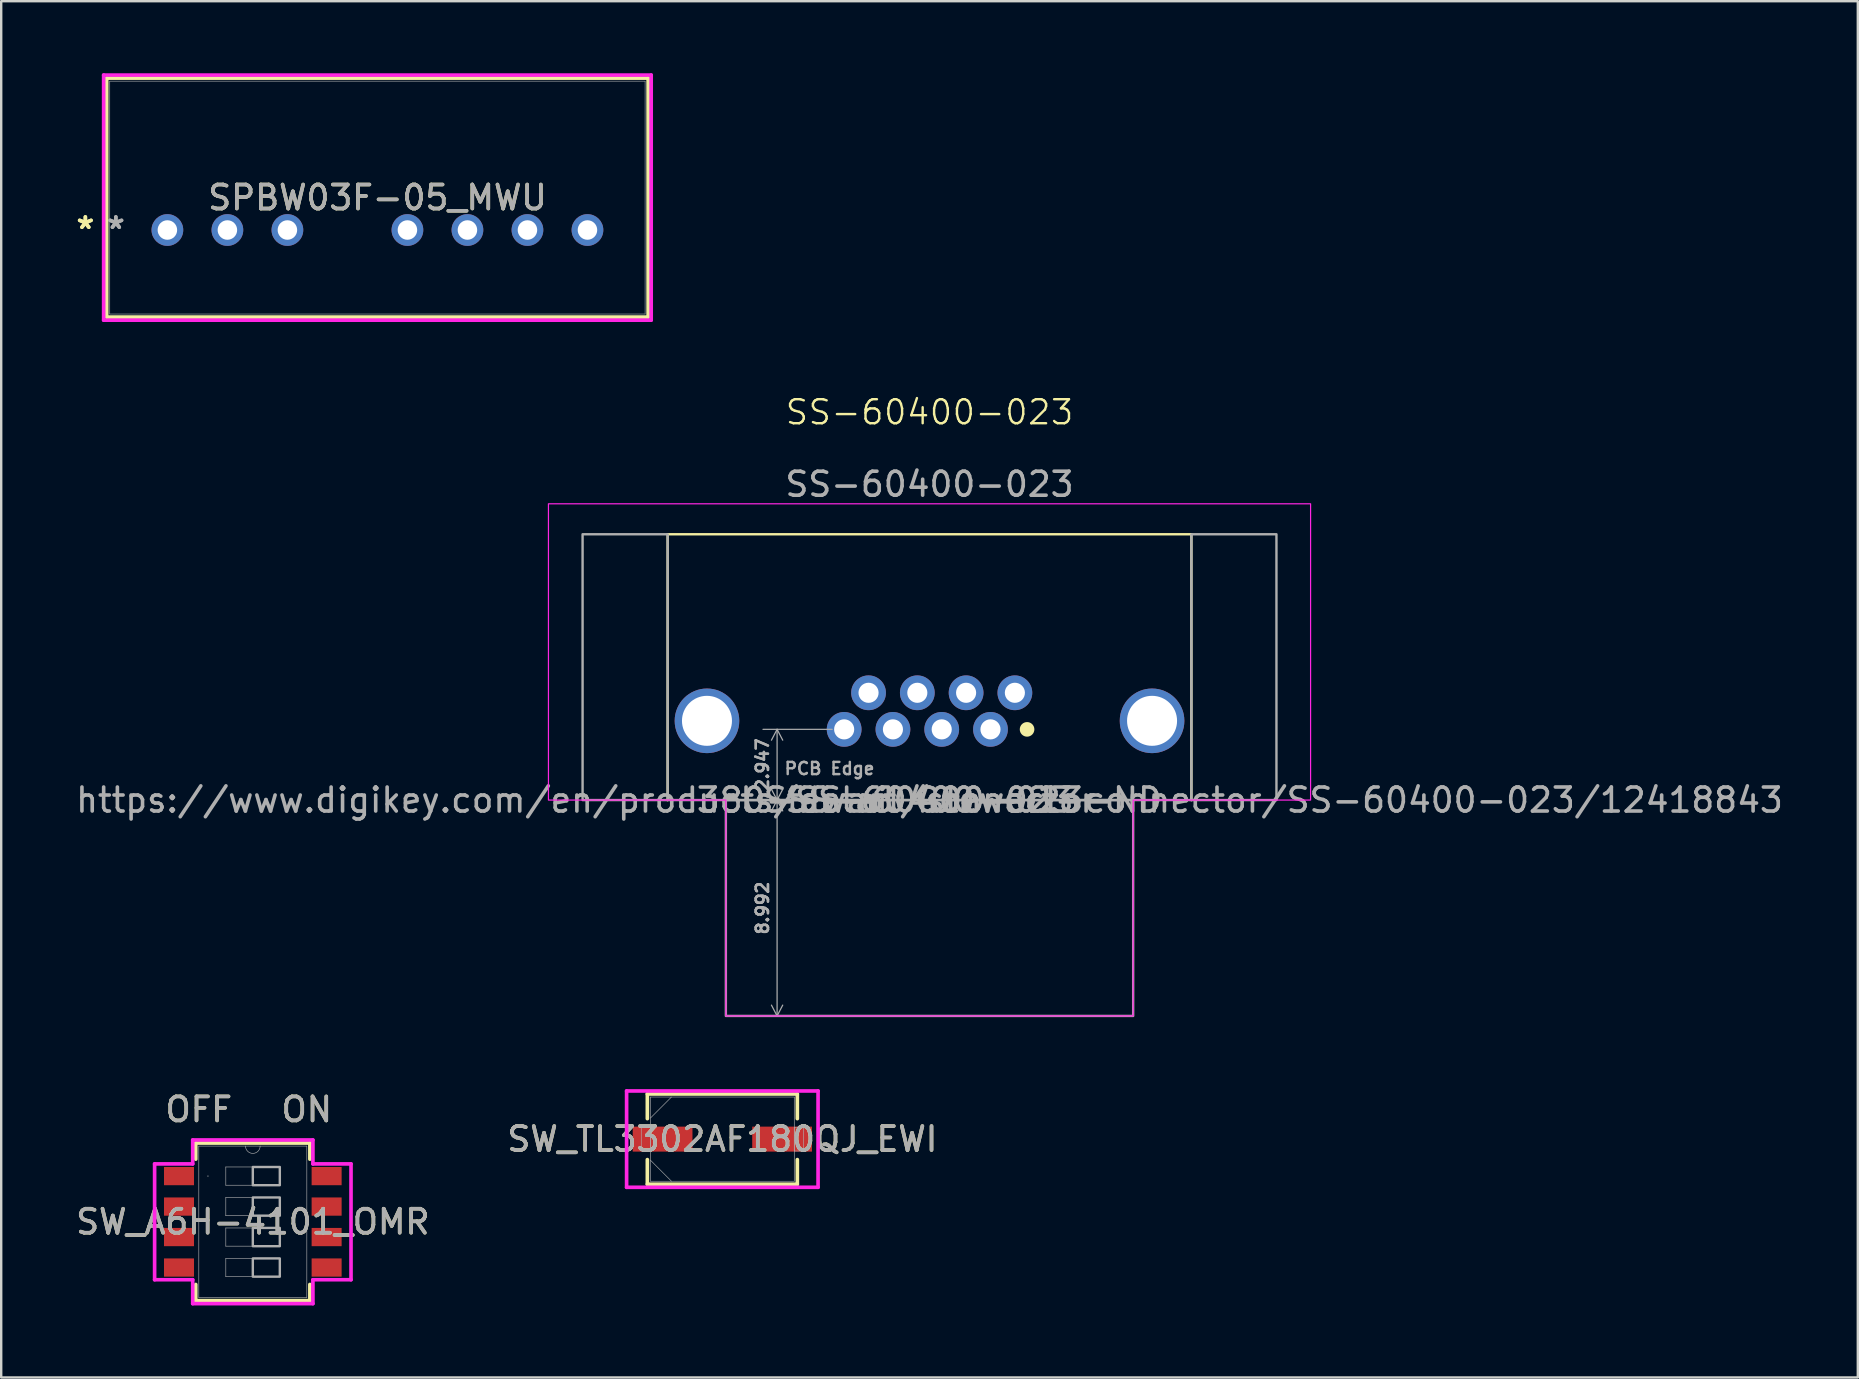
<source format=kicad_pcb>
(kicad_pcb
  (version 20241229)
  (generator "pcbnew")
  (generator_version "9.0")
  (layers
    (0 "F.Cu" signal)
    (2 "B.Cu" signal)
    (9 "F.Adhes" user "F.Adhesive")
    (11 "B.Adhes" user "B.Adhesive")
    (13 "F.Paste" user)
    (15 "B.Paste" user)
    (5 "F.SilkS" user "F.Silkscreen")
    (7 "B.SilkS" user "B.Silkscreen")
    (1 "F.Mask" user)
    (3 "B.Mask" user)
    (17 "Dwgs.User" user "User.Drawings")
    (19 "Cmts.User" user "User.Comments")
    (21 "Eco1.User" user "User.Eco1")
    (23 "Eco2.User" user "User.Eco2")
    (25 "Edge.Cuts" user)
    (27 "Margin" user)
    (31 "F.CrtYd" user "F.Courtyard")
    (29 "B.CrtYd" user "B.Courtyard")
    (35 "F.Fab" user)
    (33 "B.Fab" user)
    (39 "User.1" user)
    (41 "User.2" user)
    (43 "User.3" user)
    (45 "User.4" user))
  (footprint "SS-60400-023"
    (layer "F.Cu")
    (at 35.673 30.281)
    (property "Reference" "SS-60400-023" (at 0 -16.157 0) (unlocked yes) (layer "F.SilkS") (effects (font (size 1 1) (thickness 0.1))))
    (property "MFG" "Stewart Connector" (at 0 0 0) (layer "F.Fab") (effects (font (size 1 1) (thickness 0.15))))
    (property "MFG PN" "SS-60400-023" (at 0 0 0) (layer "F.Fab") (effects (font (size 1 1) (thickness 0.15))))
    (property "Digi PN" "380-SS-60400-023-ND" (at 0 0 0) (layer "F.Fab") (effects (font (size 1 1) (thickness 0.15))))
    (property "Digi URL" "https://www.digikey.com/en/products/detail/stewart-connector/SS-60400-023/12418843" (at 0 0 0) (layer "F.Fab") (effects (font (size 1 1) (thickness 0.15))))
    (attr through_hole)
    (fp_line (start -10.909 -11.074) (end -10.909 0) (stroke (width 0.1) (type default)) (layer "F.SilkS"))
    (fp_line (start -10.909 -11.074) (end 10.909 -11.074) (stroke (width 0.1) (type default)) (layer "F.SilkS"))
    (fp_line (start 10.909 -11.074) (end 10.909 0) (stroke (width 0.1) (type default)) (layer "F.SilkS"))
    (fp_circle (center 4.064 -2.946) (end 3.81 -2.946) (stroke (width 0.1) (type solid)) (fill yes) (layer "F.SilkS"))
    (fp_poly (pts (xy 15.875 -12.344) (xy 15.875 0) (xy 8.484 0) (xy 8.484 8.992) (xy -8.484 8.992) (xy -8.484 0) (xy -15.875 0) (xy -15.875 -12.344)) (stroke (width 0.05) (type solid)) (fill no) (layer "F.CrtYd"))
    (fp_line (start -10.922 0) (end 10.922 0) (stroke (width 0.1) (type default)) (layer "F.Fab"))
    (fp_rect (start -14.453 -11.074) (end -10.909 0) (stroke (width 0.1) (type default)) (fill no) (layer "F.Fab"))
    (fp_rect (start -8.484 0) (end 8.484 8.992) (stroke (width 0.1) (type solid)) (fill no) (layer "F.Fab"))
    (fp_rect (start 10.909 -11.074) (end 14.453 0) (stroke (width 0.1) (type default)) (fill no) (layer "F.Fab"))
    (fp_text user "${REFERENCE}" (at 0 -13.157 0) (unlocked yes) (layer "F.Fab") (effects (font (size 1 1) (thickness 0.15))))
    (fp_text user "PCB Edge" (at -6.096 -1.016 0) (unlocked yes) (layer "F.Fab") (effects (font (size 0.508 0.508) (thickness 0.102) (bold yes)) (justify left bottom)))
    (dimension (type orthogonal) (layer "F.Fab") (pts (xy 32.117 27.334) (xy 32.117 30.281)) (height -2.794) (orientation 1) (format (prefix "") (suffix "") (units 3) (units_format 0) (precision 4) (suppress_zeroes yes)) (style (thickness 0.051) (arrow_length 0.508) (text_position_mode 0) (arrow_direction outward) (extension_height 0.586) (extension_offset 0.5) (keep_text_aligned yes)) (gr_text "2.9464" (at 28.713 28.808 90) (layer "F.Fab") (effects (font (size 0.508 0.508) (thickness 0.102) (bold yes)))))
    (dimension (type orthogonal) (layer "F.Fab") (pts (xy 29.323 30.281) (xy 29.323 39.273)) (height 0) (orientation 1) (format (prefix "") (suffix "") (units 3) (units_format 0) (precision 4) (suppress_zeroes yes)) (style (thickness 0.051) (arrow_length 0.508) (text_position_mode 0) (arrow_direction outward) (extension_height 0.586) (extension_offset 0.5) (keep_text_aligned yes)) (gr_text "8.9916" (at 28.713 34.777 90) (layer "F.Fab") (effects (font (size 0.508 0.508) (thickness 0.102)))))
    (pad "1" thru_hole circle (at 2.54 -2.946) (size 1.448 1.448) (drill 0.838) (layers "*.Cu" "*.Mask"))
    (pad "2" thru_hole circle (at 3.556 -4.47) (size 1.448 1.448) (drill 0.838) (layers "*.Cu" "*.Mask"))
    (pad "3" thru_hole circle (at 1.524 -4.47) (size 1.448 1.448) (drill 0.838) (layers "*.Cu" "*.Mask"))
    (pad "4" thru_hole circle (at -0.508 -4.47) (size 1.448 1.448) (drill 0.838) (layers "*.Cu" "*.Mask"))
    (pad "5" thru_hole circle (at 0.508 -2.946) (size 1.448 1.448) (drill 0.838) (layers "*.Cu" "*.Mask"))
    (pad "6" thru_hole circle (at -1.524 -2.946) (size 1.448 1.448) (drill 0.838) (layers "*.Cu" "*.Mask"))
    (pad "7" thru_hole circle (at -3.556 -2.946) (size 1.448 1.448) (drill 0.838) (layers "*.Cu" "*.Mask"))
    (pad "8" thru_hole circle (at -2.54 -4.47) (size 1.448 1.448) (drill 0.838) (layers "*.Cu" "*.Mask"))
    (pad "MP0" thru_hole circle (at -9.271 -3.302) (size 2.692 2.692) (drill 2.083) (layers "*.Cu" "*.Mask"))
    (pad "MP1" thru_hole circle (at 9.271 -3.302) (size 2.692 2.692) (drill 2.083) (layers "*.Cu" "*.Mask")))
  (footprint "SPBW03F-05_MWU"
    (layer "F.Cu")
    (at 3.923 6.532)
    (property "Reference" "SPBW03F-05_MWU" (at 8.75 -1.35 0) (unlocked yes) (layer "F.SilkS") (effects (font (size 1 1) (thickness 0.15))))
    (attr through_hole)
    (fp_line (start -2.528 -6.328) (end -2.528 3.628) (stroke (width 0.152) (type solid)) (layer "F.SilkS"))
    (fp_line (start -2.528 3.628) (end 20.028 3.628) (stroke (width 0.152) (type solid)) (layer "F.SilkS"))
    (fp_line (start 20.028 -6.328) (end -2.528 -6.328) (stroke (width 0.152) (type solid)) (layer "F.SilkS"))
    (fp_line (start 20.028 3.628) (end 20.028 -6.328) (stroke (width 0.152) (type solid)) (layer "F.SilkS"))
    (fp_line (start -2.655 -6.455) (end 20.155 -6.455) (stroke (width 0.152) (type solid)) (layer "F.CrtYd"))
    (fp_line (start -2.655 3.755) (end -2.655 -6.455) (stroke (width 0.152) (type solid)) (layer "F.CrtYd"))
    (fp_line (start 20.155 -6.455) (end 20.155 3.755) (stroke (width 0.152) (type solid)) (layer "F.CrtYd"))
    (fp_line (start 20.155 3.755) (end -2.655 3.755) (stroke (width 0.152) (type solid)) (layer "F.CrtYd"))
    (fp_line (start -2.401 -6.201) (end -2.401 3.501) (stroke (width 0.025) (type solid)) (layer "F.Fab"))
    (fp_line (start -2.401 3.501) (end 19.901 3.501) (stroke (width 0.025) (type solid)) (layer "F.Fab"))
    (fp_line (start 19.901 -6.201) (end -2.401 -6.201) (stroke (width 0.025) (type solid)) (layer "F.Fab"))
    (fp_line (start 19.901 3.501) (end 19.901 -6.201) (stroke (width 0.025) (type solid)) (layer "F.Fab"))
    (fp_text user "*" (at -3.417 0 0) (unlocked yes) (layer "F.SilkS") (effects (font (size 1 1) (thickness 0.15))))
    (fp_text user "*" (at -3.417 0 0) (layer "F.SilkS") (effects (font (size 1 1) (thickness 0.15))))
    (fp_text user "${REFERENCE}" (at 8.75 -1.35 0) (unlocked yes) (layer "F.Fab") (effects (font (size 1 1) (thickness 0.15))))
    (fp_text user "*" (at -2.147 0 0) (unlocked yes) (layer "F.Fab") (effects (font (size 1 1) (thickness 0.15))))
    (fp_text user "*" (at -2.147 0 0) (layer "F.Fab") (effects (font (size 1 1) (thickness 0.15))))
    (pad "1" thru_hole circle (at 0 0) (size 1.321 1.321) (drill 0.813) (layers "*.Cu" "*.Mask"))
    (pad "2" thru_hole circle (at 2.5 0) (size 1.321 1.321) (drill 0.813) (layers "*.Cu" "*.Mask"))
    (pad "3" thru_hole circle (at 5 0) (size 1.321 1.321) (drill 0.813) (layers "*.Cu" "*.Mask"))
    (pad "5" thru_hole circle (at 10 0) (size 1.321 1.321) (drill 0.813) (layers "*.Cu" "*.Mask"))
    (pad "6" thru_hole circle (at 12.5 0) (size 1.321 1.321) (drill 0.813) (layers "*.Cu" "*.Mask"))
    (pad "7" thru_hole circle (at 15 0) (size 1.321 1.321) (drill 0.813) (layers "*.Cu" "*.Mask"))
    (pad "8" thru_hole circle (at 17.5 0) (size 1.321 1.321) (drill 0.813) (layers "*.Cu" "*.Mask")))
  (footprint "SW_A6H-4101_OMR"
    (layer "F.Cu")
    (at 7.482 47.85)
    (property "Reference" "SW_A6H-4101_OMR" (at 0 0 0) (unlocked yes) (layer "F.SilkS") (effects (font (size 1 1) (thickness 0.15))))
    (attr smd)
    (fp_line (start -2.377 -3.282) (end -2.377 -2.61) (stroke (width 0.152) (type solid)) (layer "F.SilkS"))
    (fp_line (start -2.377 2.61) (end -2.377 3.282) (stroke (width 0.152) (type solid)) (layer "F.SilkS"))
    (fp_line (start -2.377 3.282) (end 2.377 3.282) (stroke (width 0.152) (type solid)) (layer "F.SilkS"))
    (fp_line (start 2.377 -3.282) (end -2.377 -3.282) (stroke (width 0.152) (type solid)) (layer "F.SilkS"))
    (fp_line (start 2.377 -2.61) (end 2.377 -3.282) (stroke (width 0.152) (type solid)) (layer "F.SilkS"))
    (fp_line (start 2.377 3.282) (end 2.377 2.61) (stroke (width 0.152) (type solid)) (layer "F.SilkS"))
    (fp_line (start -4.091 -2.413) (end -2.504 -2.413) (stroke (width 0.152) (type solid)) (layer "F.CrtYd"))
    (fp_line (start -4.091 2.413) (end -4.091 -2.413) (stroke (width 0.152) (type solid)) (layer "F.CrtYd"))
    (fp_line (start -2.504 -3.409) (end 2.504 -3.409) (stroke (width 0.152) (type solid)) (layer "F.CrtYd"))
    (fp_line (start -2.504 -2.413) (end -2.504 -3.409) (stroke (width 0.152) (type solid)) (layer "F.CrtYd"))
    (fp_line (start -2.504 2.413) (end -4.091 2.413) (stroke (width 0.152) (type solid)) (layer "F.CrtYd"))
    (fp_line (start -2.504 3.409) (end -2.504 2.413) (stroke (width 0.152) (type solid)) (layer "F.CrtYd"))
    (fp_line (start 2.504 -3.409) (end 2.504 -2.413) (stroke (width 0.152) (type solid)) (layer "F.CrtYd"))
    (fp_line (start 2.504 -2.413) (end 4.091 -2.413) (stroke (width 0.152) (type solid)) (layer "F.CrtYd"))
    (fp_line (start 2.504 2.413) (end 2.504 3.409) (stroke (width 0.152) (type solid)) (layer "F.CrtYd"))
    (fp_line (start 2.504 3.409) (end -2.504 3.409) (stroke (width 0.152) (type solid)) (layer "F.CrtYd"))
    (fp_line (start 4.091 -2.413) (end 4.091 2.413) (stroke (width 0.152) (type solid)) (layer "F.CrtYd"))
    (fp_line (start 4.091 2.413) (end 2.504 2.413) (stroke (width 0.152) (type solid)) (layer "F.CrtYd"))
    (fp_line (start -2.25 -3.155) (end -2.25 3.155) (stroke (width 0.025) (type solid)) (layer "F.Fab"))
    (fp_line (start -2.25 3.155) (end 2.25 3.155) (stroke (width 0.025) (type solid)) (layer "F.Fab"))
    (fp_line (start -1.125 -2.285) (end 1.125 -2.285) (stroke (width 0.025) (type solid)) (layer "F.Fab"))
    (fp_line (start -1.125 -1.525) (end -1.125 -2.285) (stroke (width 0.025) (type solid)) (layer "F.Fab"))
    (fp_line (start -1.125 -1.015) (end 1.125 -1.015) (stroke (width 0.025) (type solid)) (layer "F.Fab"))
    (fp_line (start -1.125 -0.255) (end -1.125 -1.015) (stroke (width 0.025) (type solid)) (layer "F.Fab"))
    (fp_line (start -1.125 0.255) (end 1.125 0.255) (stroke (width 0.025) (type solid)) (layer "F.Fab"))
    (fp_line (start -1.125 1.015) (end -1.125 0.255) (stroke (width 0.025) (type solid)) (layer "F.Fab"))
    (fp_line (start -1.125 1.525) (end 1.125 1.525) (stroke (width 0.025) (type solid)) (layer "F.Fab"))
    (fp_line (start -1.125 2.285) (end -1.125 1.525) (stroke (width 0.025) (type solid)) (layer "F.Fab"))
    (fp_line (start 1.125 -2.285) (end 1.125 -1.525) (stroke (width 0.025) (type solid)) (layer "F.Fab"))
    (fp_line (start 1.125 -1.525) (end -1.125 -1.525) (stroke (width 0.025) (type solid)) (layer "F.Fab"))
    (fp_line (start 1.125 -1.015) (end 1.125 -0.255) (stroke (width 0.025) (type solid)) (layer "F.Fab"))
    (fp_line (start 1.125 -0.255) (end -1.125 -0.255) (stroke (width 0.025) (type solid)) (layer "F.Fab"))
    (fp_line (start 1.125 0.255) (end 1.125 1.015) (stroke (width 0.025) (type solid)) (layer "F.Fab"))
    (fp_line (start 1.125 1.015) (end -1.125 1.015) (stroke (width 0.025) (type solid)) (layer "F.Fab"))
    (fp_line (start 1.125 1.525) (end 1.125 2.285) (stroke (width 0.025) (type solid)) (layer "F.Fab"))
    (fp_line (start 1.125 2.285) (end -1.125 2.285) (stroke (width 0.025) (type solid)) (layer "F.Fab"))
    (fp_line (start 2.25 -3.155) (end -2.25 -3.155) (stroke (width 0.025) (type solid)) (layer "F.Fab"))
    (fp_line (start 2.25 3.155) (end 2.25 -3.155) (stroke (width 0.025) (type solid)) (layer "F.Fab"))
    (fp_arc (start 0.3048 -3.155) (mid 0 -2.8502) (end -0.3048 -3.155) (stroke (width 0.0254) (type solid)) (layer "F.Fab"))
    (fp_circle (center -1.869 -1.905) (end -1.869 -1.905) (stroke (width 0.025) (type solid)) (fill no) (layer "F.Fab"))
    (fp_poly (pts (xy 0 -2.285) (xy 1.125 -2.285) (xy 1.125 -1.525) (xy 0 -1.525)) (stroke (width 0.1) (type solid)) (fill no) (layer "F.Fab"))
    (fp_poly (pts (xy 0 -1.015) (xy 1.125 -1.015) (xy 1.125 -0.255) (xy 0 -0.255)) (stroke (width 0.1) (type solid)) (fill no) (layer "F.Fab"))
    (fp_poly (pts (xy 0 0.255) (xy 1.125 0.255) (xy 1.125 1.015) (xy 0 1.015)) (stroke (width 0.1) (type solid)) (fill no) (layer "F.Fab"))
    (fp_poly (pts (xy 0 1.525) (xy 1.125 1.525) (xy 1.125 2.285) (xy 0 2.285)) (stroke (width 0.1) (type solid)) (fill no) (layer "F.Fab"))
    (fp_text user "OFF" (at -2.25 -4.679 0) (unlocked yes) (layer "F.SilkS") (effects (font (size 1 1) (thickness 0.15))))
    (fp_text user "ON" (at 2.25 -4.679 0) (unlocked yes) (layer "F.SilkS") (effects (font (size 1 1) (thickness 0.15))))
    (fp_text user "OFF" (at -2.25 -4.679 0) (unlocked yes) (layer "F.Fab") (effects (font (size 1 1) (thickness 0.15))))
    (fp_text user "${REFERENCE}" (at 0 0 0) (unlocked yes) (layer "F.Fab") (effects (font (size 1 1) (thickness 0.15))))
    (fp_text user "ON" (at 2.25 -4.679 0) (unlocked yes) (layer "F.Fab") (effects (font (size 1 1) (thickness 0.15))))
    (pad "1" smd rect (at -3.075 -1.905) (size 1.25 0.76) (layers "F.Cu" "F.Mask" "F.Paste"))
    (pad "2" smd rect (at -3.075 -0.635) (size 1.25 0.76) (layers "F.Cu" "F.Mask" "F.Paste"))
    (pad "3" smd rect (at -3.075 0.635) (size 1.25 0.76) (layers "F.Cu" "F.Mask" "F.Paste"))
    (pad "4" smd rect (at -3.075 1.905) (size 1.25 0.76) (layers "F.Cu" "F.Mask" "F.Paste"))
    (pad "5" smd rect (at 3.075 1.905) (size 1.25 0.76) (layers "F.Cu" "F.Mask" "F.Paste"))
    (pad "6" smd rect (at 3.075 0.635) (size 1.25 0.76) (layers "F.Cu" "F.Mask" "F.Paste"))
    (pad "7" smd rect (at 3.075 -0.635) (size 1.25 0.76) (layers "F.Cu" "F.Mask" "F.Paste"))
    (pad "8" smd rect (at 3.075 -1.905) (size 1.25 0.76) (layers "F.Cu" "F.Mask" "F.Paste")))
  (footprint "SW_TL3302AF180QJ_EWI"
    (layer "F.Cu")
    (at 27.042 44.405)
    (property "Reference" "SW_TL3302AF180QJ_EWI" (at 0 0 0) (unlocked yes) (layer "F.SilkS") (effects (font (size 1 1) (thickness 0.15))))
    (attr smd)
    (fp_line (start -3.124 -1.88) (end -3.124 -0.853) (stroke (width 0.152) (type solid)) (layer "F.SilkS"))
    (fp_line (start -3.124 0.853) (end -3.124 1.88) (stroke (width 0.152) (type solid)) (layer "F.SilkS"))
    (fp_line (start -3.124 1.88) (end 3.124 1.88) (stroke (width 0.152) (type solid)) (layer "F.SilkS"))
    (fp_line (start 3.124 -1.88) (end -3.124 -1.88) (stroke (width 0.152) (type solid)) (layer "F.SilkS"))
    (fp_line (start 3.124 -0.853) (end 3.124 -1.88) (stroke (width 0.152) (type solid)) (layer "F.SilkS"))
    (fp_line (start 3.124 1.88) (end 3.124 0.853) (stroke (width 0.152) (type solid)) (layer "F.SilkS"))
    (fp_line (start -3.988 -2.007) (end 3.988 -2.007) (stroke (width 0.152) (type solid)) (layer "F.CrtYd"))
    (fp_line (start -3.988 2.007) (end -3.988 -2.007) (stroke (width 0.152) (type solid)) (layer "F.CrtYd"))
    (fp_line (start 3.988 -2.007) (end 3.988 2.007) (stroke (width 0.152) (type solid)) (layer "F.CrtYd"))
    (fp_line (start 3.988 2.007) (end -3.988 2.007) (stroke (width 0.152) (type solid)) (layer "F.CrtYd"))
    (fp_line (start -3.378 -0.495) (end -3.378 0.495) (stroke (width 0.025) (type solid)) (layer "F.Fab"))
    (fp_line (start -3.378 0.495) (end -2.997 0.495) (stroke (width 0.025) (type solid)) (layer "F.Fab"))
    (fp_line (start -2.997 -1.753) (end -2.997 1.753) (stroke (width 0.025) (type solid)) (layer "F.Fab"))
    (fp_line (start -2.997 -0.876) (end -2.121 -1.753) (stroke (width 0.025) (type solid)) (layer "F.Fab"))
    (fp_line (start -2.997 -0.495) (end -3.378 -0.495) (stroke (width 0.025) (type solid)) (layer "F.Fab"))
    (fp_line (start -2.997 0.495) (end -2.997 -0.495) (stroke (width 0.025) (type solid)) (layer "F.Fab"))
    (fp_line (start -2.997 0.876) (end -2.121 1.753) (stroke (width 0.025) (type solid)) (layer "F.Fab"))
    (fp_line (start -2.997 1.753) (end 2.997 1.753) (stroke (width 0.025) (type solid)) (layer "F.Fab"))
    (fp_line (start 2.997 -1.753) (end -2.997 -1.753) (stroke (width 0.025) (type solid)) (layer "F.Fab"))
    (fp_line (start 2.997 -0.495) (end 2.997 0.495) (stroke (width 0.025) (type solid)) (layer "F.Fab"))
    (fp_line (start 2.997 0.495) (end 3.378 0.495) (stroke (width 0.025) (type solid)) (layer "F.Fab"))
    (fp_line (start 2.997 1.753) (end 2.997 -1.753) (stroke (width 0.025) (type solid)) (layer "F.Fab"))
    (fp_line (start 3.378 -0.495) (end 2.997 -0.495) (stroke (width 0.025) (type solid)) (layer "F.Fab"))
    (fp_line (start 3.378 0.495) (end 3.378 -0.495) (stroke (width 0.025) (type solid)) (layer "F.Fab"))
    (fp_circle (center -2.489 0) (end -2.489 0) (stroke (width 0.025) (type solid)) (fill no) (layer "F.Fab"))
    (fp_text user "${REFERENCE}" (at 0 0 0) (unlocked yes) (layer "F.Fab") (effects (font (size 1 1) (thickness 0.15))))
    (pad "1" smd rect (at -2.489 0) (size 2.489 1.041) (layers "F.Cu" "F.Mask" "F.Paste"))
    (pad "2" smd rect (at 2.489 0) (size 2.489 1.041) (layers "F.Cu" "F.Mask" "F.Paste"))
    (zone (net_name "") (layer "F.Cu") (hatch full 0.508) (connect_pads) (min_thickness 0.254) (filled_areas_thickness no) (keepout (tracks not_allowed) (vias not_allowed) (pads allowed) (copperpour not_allowed) (footprints allowed)) (placement (enabled no)) (fill) (polygon (pts (xy 25.848 42.703) (xy 28.235 42.703) (xy 28.235 46.107) (xy 25.848 46.107)))))
  (gr_rect
    (start -3 -3)
    (end 74.345 54.335)
    (stroke (width 0.1) (type default))
    (fill no)
    (layer "Edge.Cuts")))
</source>
